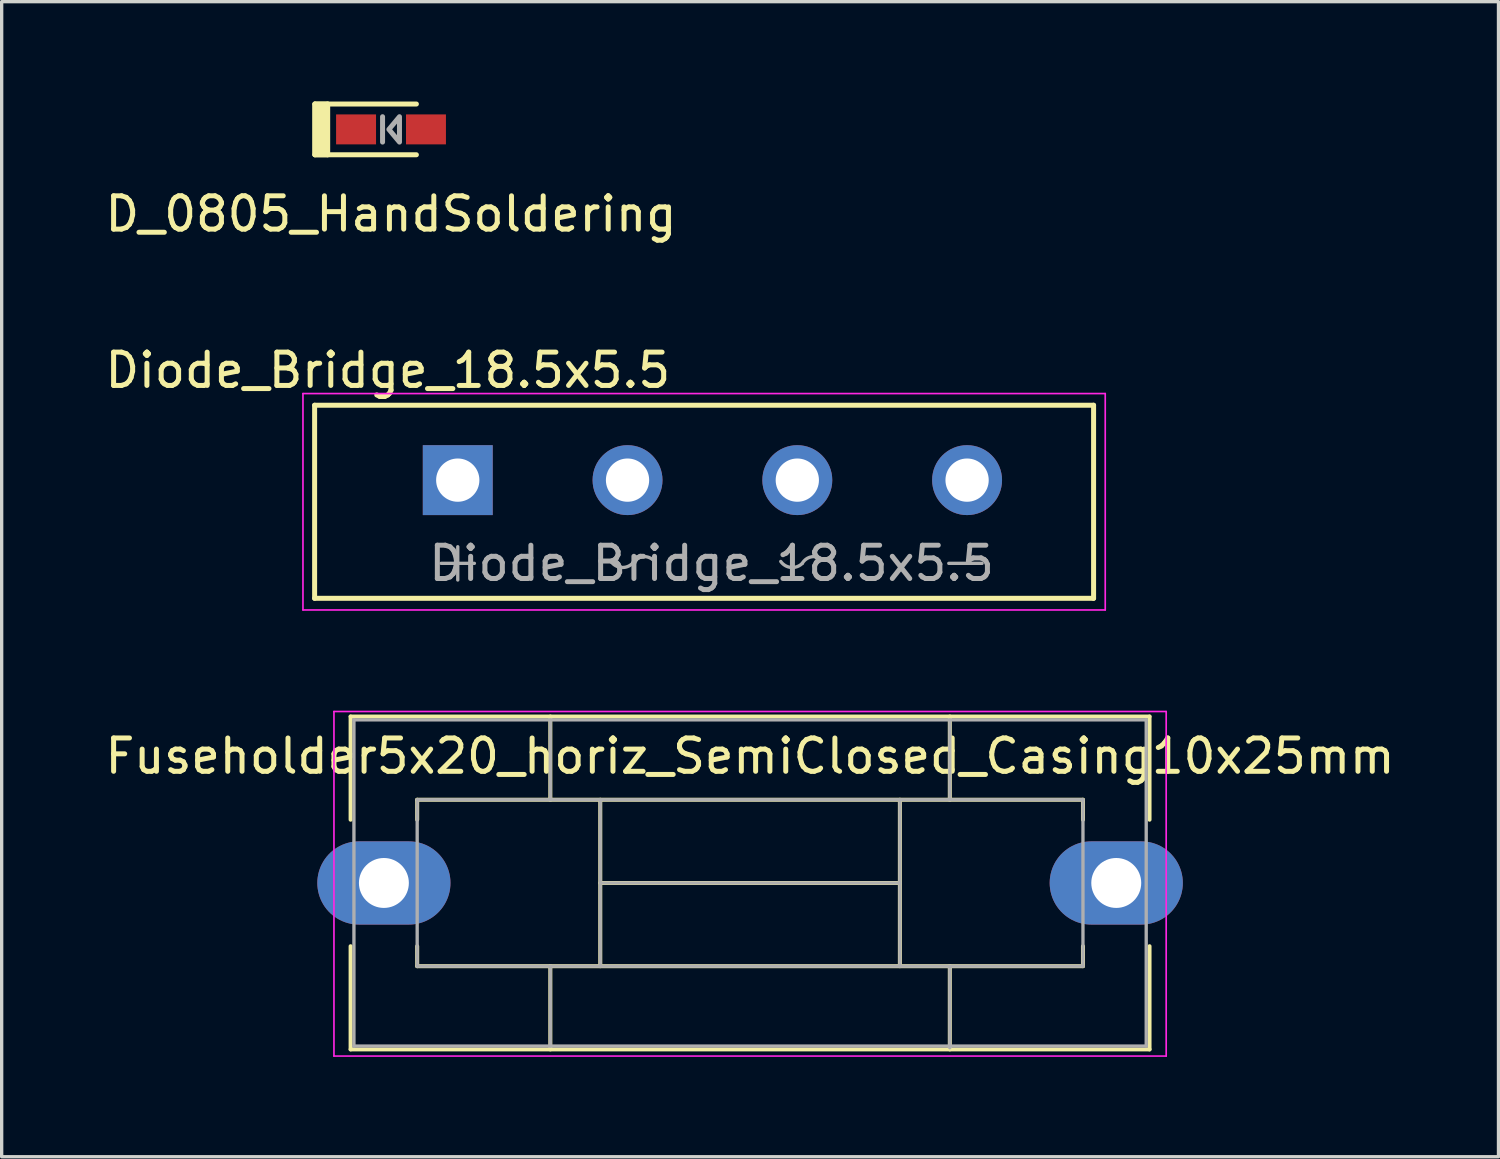
<source format=kicad_pcb>
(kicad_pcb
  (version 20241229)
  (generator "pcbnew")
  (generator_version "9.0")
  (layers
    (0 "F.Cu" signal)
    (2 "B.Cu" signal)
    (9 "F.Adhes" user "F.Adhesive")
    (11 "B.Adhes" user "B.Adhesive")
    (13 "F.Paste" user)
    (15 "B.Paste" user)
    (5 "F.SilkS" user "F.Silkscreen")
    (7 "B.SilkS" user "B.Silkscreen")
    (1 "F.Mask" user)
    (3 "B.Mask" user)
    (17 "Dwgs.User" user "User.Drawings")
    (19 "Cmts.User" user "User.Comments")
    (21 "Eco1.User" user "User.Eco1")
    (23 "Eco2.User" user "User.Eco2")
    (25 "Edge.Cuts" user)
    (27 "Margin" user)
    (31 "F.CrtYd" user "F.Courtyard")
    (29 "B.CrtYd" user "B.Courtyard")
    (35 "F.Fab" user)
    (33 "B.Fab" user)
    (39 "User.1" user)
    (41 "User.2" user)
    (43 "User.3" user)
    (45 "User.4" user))
  (footprint "D_0805_HandSoldering"
    (layer "F.Cu")
    (at 8.696 0.837)
    (property "Reference" "D_0805_HandSoldering" (at 0 2.54 0) (layer "F.SilkS") (effects (font (size 1 1) (thickness 0.15))))
    (attr through_hole)
    (fp_line (start -2.286 -0.762) (end -2.286 0.762) (stroke (width 0.15) (type solid)) (layer "F.SilkS"))
    (fp_line (start -2.286 -0.762) (end 0.762 -0.762) (stroke (width 0.15) (type solid)) (layer "F.SilkS"))
    (fp_line (start -2.286 0.762) (end 0.762 0.762) (stroke (width 0.15) (type solid)) (layer "F.SilkS"))
    (fp_line (start -1.905 -0.762) (end -1.905 0.762) (stroke (width 0.15) (type solid)) (layer "F.SilkS"))
    (fp_poly (pts (xy -2.286 0.762) (xy -2.286 -0.762) (xy -1.905 -0.762) (xy -1.905 0.762)) (stroke (width 0.15) (type solid)) (fill yes) (layer "F.SilkS"))
    (fp_line (start -0.254 -0.381) (end -0.254 0.381) (stroke (width 0.15) (type solid)) (layer "F.Fab"))
    (fp_poly (pts (xy -0.064 0) (xy 0.254 -0.381) (xy 0.254 0.381)) (stroke (width 0.15) (type solid)) (fill no) (layer "F.Fab"))
    (pad "1" smd rect (at -1.05 0) (size 1.2 0.9) (layers "F.Cu" "F.Mask" "F.Paste"))
    (pad "2" smd rect (at 1.05 0) (size 1.2 0.9) (layers "F.Cu" "F.Mask" "F.Paste")))
  (footprint "Diode_Bridge_18.5x5.5"
    (layer "F.Cu")
    (at 26.001 11.373)
    (property "Reference" "Diode_Bridge_18.5x5.5" (at -17.4 -3.3 0) (layer "F.SilkS") (effects (font (size 1 1) (thickness 0.15))))
    (attr through_hole)
    (fp_line (start -19.6 -2.25) (end 3.8 -2.25) (stroke (width 0.15) (type solid)) (layer "F.SilkS"))
    (fp_line (start -19.6 3.55) (end -19.6 -2.25) (stroke (width 0.15) (type solid)) (layer "F.SilkS"))
    (fp_line (start 3.8 -2.25) (end 3.8 3.55) (stroke (width 0.15) (type solid)) (layer "F.SilkS"))
    (fp_line (start 3.8 3.55) (end -19.6 3.55) (stroke (width 0.15) (type solid)) (layer "F.SilkS"))
    (fp_line (start -19.95 -2.6) (end 4.15 -2.6) (stroke (width 0.05) (type solid)) (layer "F.CrtYd"))
    (fp_line (start -19.95 3.9) (end -19.95 -2.6) (stroke (width 0.05) (type solid)) (layer "F.CrtYd"))
    (fp_line (start 4.15 -2.6) (end 4.15 3.9) (stroke (width 0.05) (type solid)) (layer "F.CrtYd"))
    (fp_line (start 4.15 3.9) (end -19.95 3.9) (stroke (width 0.05) (type solid)) (layer "F.CrtYd"))
    (fp_line (start -15.8 2.5) (end -14.8 2.5) (stroke (width 0.1) (type solid)) (layer "F.Fab"))
    (fp_line (start -15.3 2) (end -15.3 3) (stroke (width 0.1) (type solid)) (layer "F.Fab"))
    (fp_line (start -0.55 2.5) (end 0.45 2.5) (stroke (width 0.1) (type solid)) (layer "F.Fab"))
    (fp_arc (start -10.05 2.5) (mid -10.386977 2.62265) (end -10.697537 2.443348) (stroke (width 0.1) (type solid)) (layer "F.Fab"))
    (fp_arc (start -10.05 2.5) (mid -9.771767 2.303327) (end -9.442262 2.390047) (stroke (width 0.1) (type solid)) (layer "F.Fab"))
    (fp_arc (start -4.95 2.5) (mid -5.286977 2.62265) (end -5.597537 2.443348) (stroke (width 0.1) (type solid)) (layer "F.Fab"))
    (fp_arc (start -4.95 2.5) (mid -4.671767 2.303327) (end -4.342262 2.390047) (stroke (width 0.1) (type solid)) (layer "F.Fab"))
    (fp_text user "${REFERENCE}" (at -7.675 2.5 0) (layer "F.Fab") (effects (font (size 1 1) (thickness 0.15))))
    (pad "1" thru_hole rect (at -15.3 0) (size 2.1 2.1) (drill 1.3) (layers "*.Cu" "*.Mask"))
    (pad "2" thru_hole circle (at -10.2 0) (size 2.1 2.1) (drill 1.3) (layers "*.Cu" "*.Mask"))
    (pad "3" thru_hole circle (at -5.1 0) (size 2.1 2.1) (drill 1.3) (layers "*.Cu" "*.Mask"))
    (pad "4" thru_hole circle (at 0 0) (size 2.1 2.1) (drill 1.3) (layers "*.Cu" "*.Mask")))
  (footprint "Fuseholder5x20_horiz_SemiClosed_Casing10x25mm"
    (layer "F.Cu")
    (at 8.482 23.474)
    (property "Reference" "Fuseholder5x20_horiz_SemiClosed_Casing10x25mm" (at 11 -3.81 0) (layer "F.SilkS") (effects (font (size 1 1) (thickness 0.15))))
    (attr through_hole)
    (fp_line (start -1 -5) (end -1 -1.9) (stroke (width 0.12) (type solid)) (layer "F.SilkS"))
    (fp_line (start -1 1.9) (end -1 5) (stroke (width 0.12) (type solid)) (layer "F.SilkS"))
    (fp_line (start -1 5) (end 23 5) (stroke (width 0.12) (type solid)) (layer "F.SilkS"))
    (fp_line (start 1 -2.5) (end 1 -1.9) (stroke (width 0.12) (type solid)) (layer "F.SilkS"))
    (fp_line (start 1 1.9) (end 1 2.5) (stroke (width 0.12) (type solid)) (layer "F.SilkS"))
    (fp_line (start 1 2.5) (end 21 2.5) (stroke (width 0.12) (type solid)) (layer "F.SilkS"))
    (fp_line (start 5 -2.5) (end 5 -5) (stroke (width 0.12) (type solid)) (layer "F.SilkS"))
    (fp_line (start 5 5) (end 5 2.5) (stroke (width 0.12) (type solid)) (layer "F.SilkS"))
    (fp_line (start 6.5 -2.5) (end 6.5 2.5) (stroke (width 0.12) (type solid)) (layer "F.SilkS"))
    (fp_line (start 6.5 0) (end 15.5 0) (stroke (width 0.12) (type solid)) (layer "F.SilkS"))
    (fp_line (start 15.5 -2.5) (end 15.5 2.5) (stroke (width 0.12) (type solid)) (layer "F.SilkS"))
    (fp_line (start 17 -5) (end 17 -2.5) (stroke (width 0.12) (type solid)) (layer "F.SilkS"))
    (fp_line (start 17 5) (end 17 2.5) (stroke (width 0.12) (type solid)) (layer "F.SilkS"))
    (fp_line (start 21 -2.5) (end 1 -2.5) (stroke (width 0.12) (type solid)) (layer "F.SilkS"))
    (fp_line (start 21 -1.9) (end 21 -2.5) (stroke (width 0.12) (type solid)) (layer "F.SilkS"))
    (fp_line (start 21 2.5) (end 21 1.9) (stroke (width 0.12) (type solid)) (layer "F.SilkS"))
    (fp_line (start 23 -5) (end -1 -5) (stroke (width 0.12) (type solid)) (layer "F.SilkS"))
    (fp_line (start 23 -1.9) (end 23 -5) (stroke (width 0.12) (type solid)) (layer "F.SilkS"))
    (fp_line (start 23 5) (end 23 1.9) (stroke (width 0.12) (type solid)) (layer "F.SilkS"))
    (fp_line (start -1.5 -5.15) (end -1.5 5.2) (stroke (width 0.05) (type solid)) (layer "F.CrtYd"))
    (fp_line (start -1.5 -5.15) (end 23.5 -5.15) (stroke (width 0.05) (type solid)) (layer "F.CrtYd"))
    (fp_line (start 23.5 5.2) (end -1.5 5.2) (stroke (width 0.05) (type solid)) (layer "F.CrtYd"))
    (fp_line (start 23.5 5.2) (end 23.5 -5.15) (stroke (width 0.05) (type solid)) (layer "F.CrtYd"))
    (fp_line (start -0.9 -4.9) (end -0.9 4.9) (stroke (width 0.1) (type solid)) (layer "F.Fab"))
    (fp_line (start -0.9 4.9) (end 22.9 4.9) (stroke (width 0.1) (type solid)) (layer "F.Fab"))
    (fp_line (start 1 -2.5) (end 1 2.5) (stroke (width 0.1) (type solid)) (layer "F.Fab"))
    (fp_line (start 1 2.5) (end 21 2.5) (stroke (width 0.1) (type solid)) (layer "F.Fab"))
    (fp_line (start 5 -4.9) (end 5 -2.5) (stroke (width 0.1) (type solid)) (layer "F.Fab"))
    (fp_line (start 5 2.5) (end 5 4.9) (stroke (width 0.1) (type solid)) (layer "F.Fab"))
    (fp_line (start 6.5 -2.5) (end 6.5 2.5) (stroke (width 0.1) (type solid)) (layer "F.Fab"))
    (fp_line (start 6.5 0) (end 15.5 0) (stroke (width 0.1) (type solid)) (layer "F.Fab"))
    (fp_line (start 15.5 -2.5) (end 15.5 2.5) (stroke (width 0.1) (type solid)) (layer "F.Fab"))
    (fp_line (start 17 -2.5) (end 17 -4.9) (stroke (width 0.1) (type solid)) (layer "F.Fab"))
    (fp_line (start 17 2.5) (end 17 4.95) (stroke (width 0.1) (type solid)) (layer "F.Fab"))
    (fp_line (start 21 -2.5) (end 1 -2.5) (stroke (width 0.1) (type solid)) (layer "F.Fab"))
    (fp_line (start 21 2.5) (end 21 -2.5) (stroke (width 0.1) (type solid)) (layer "F.Fab"))
    (fp_line (start 22.9 -4.9) (end -0.9 -4.9) (stroke (width 0.1) (type solid)) (layer "F.Fab"))
    (fp_line (start 22.9 4.9) (end 22.9 -4.9) (stroke (width 0.1) (type solid)) (layer "F.Fab"))
    (pad "1" thru_hole oval (at 0 0 270) (size 2.5 4) (drill 1.5) (layers "*.Cu" "*.Mask"))
    (pad "2" thru_hole oval (at 22 0 270) (size 2.5 4) (drill 1.5) (layers "*.Cu" "*.Mask")))
  (gr_rect
    (start -3 -3)
    (end 41.964 31.698)
    (stroke (width 0.1) (type default))
    (fill no)
    (layer "Edge.Cuts")))
</source>
